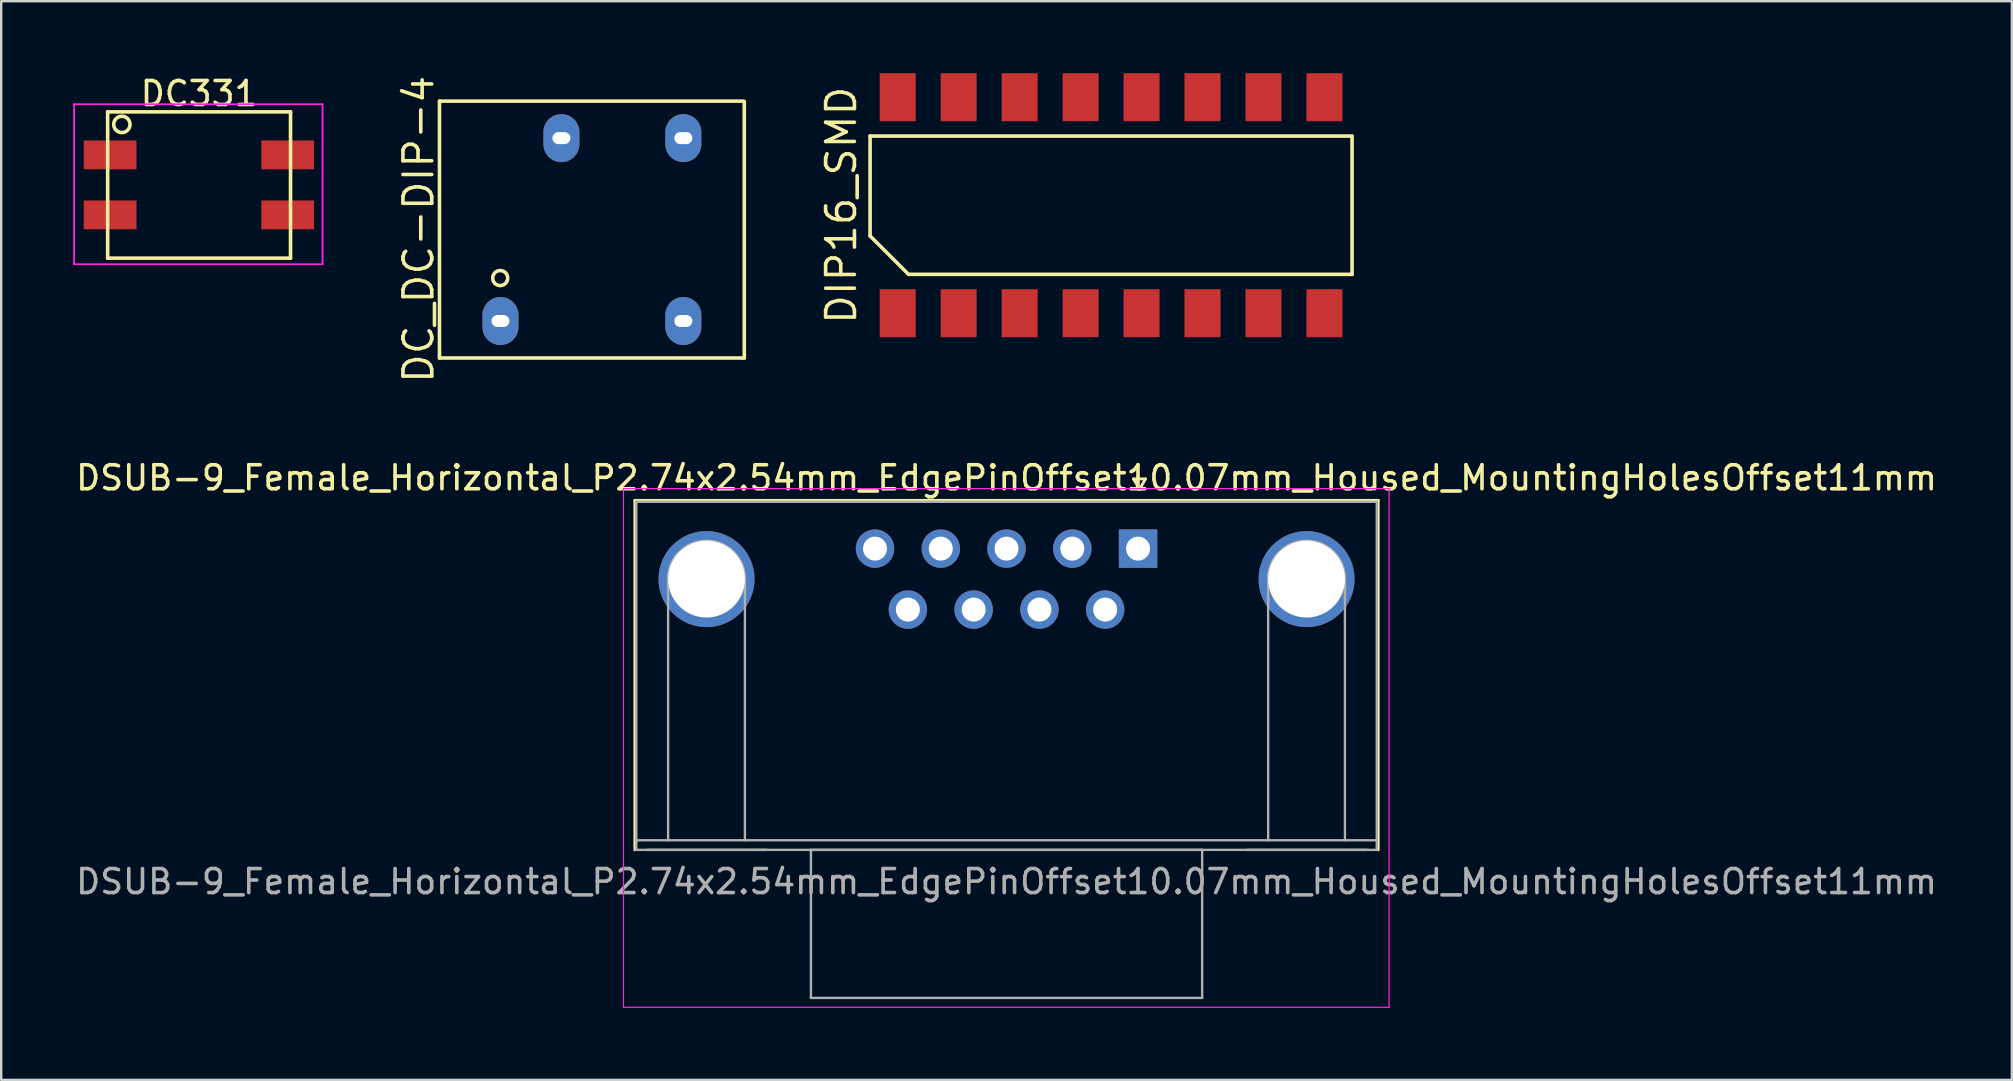
<source format=kicad_pcb>
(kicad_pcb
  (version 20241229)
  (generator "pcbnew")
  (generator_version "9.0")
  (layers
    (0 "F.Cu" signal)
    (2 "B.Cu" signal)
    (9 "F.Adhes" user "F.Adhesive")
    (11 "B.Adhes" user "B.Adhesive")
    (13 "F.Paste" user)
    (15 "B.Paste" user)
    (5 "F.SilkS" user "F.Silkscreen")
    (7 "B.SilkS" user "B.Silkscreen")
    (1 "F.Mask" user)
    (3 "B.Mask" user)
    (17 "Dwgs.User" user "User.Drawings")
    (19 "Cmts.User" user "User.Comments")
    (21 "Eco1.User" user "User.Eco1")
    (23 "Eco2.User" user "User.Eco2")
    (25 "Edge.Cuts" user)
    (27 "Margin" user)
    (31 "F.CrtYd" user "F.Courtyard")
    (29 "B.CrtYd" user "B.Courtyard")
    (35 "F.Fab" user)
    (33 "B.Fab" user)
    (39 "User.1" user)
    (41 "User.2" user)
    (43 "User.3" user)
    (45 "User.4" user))
  (footprint "DC_DC-DIP-4"
    (layer "F.Cu")
    (at 21.611 6.515)
    (property "Reference" "DC_DC-DIP-4" (at -7.22 -0.01 90) (layer "F.SilkS") (effects (font (size 1.2 1.2) (thickness 0.15))))
    (attr through_hole)
    (fp_line (start -6.35 5.351) (end -6.35 -5.35) (stroke (width 0.15) (type solid)) (layer "F.SilkS"))
    (fp_line (start -6.35 5.351) (end 6.351 5.351) (stroke (width 0.15) (type solid)) (layer "F.SilkS"))
    (fp_line (start 6.33 -5.35) (end -6.35 -5.35) (stroke (width 0.15) (type solid)) (layer "F.SilkS"))
    (fp_line (start 6.35 5.35) (end 6.35 -5.33) (stroke (width 0.15) (type solid)) (layer "F.SilkS"))
    (fp_circle (center -3.82 2.02) (end -3.78 2.33) (stroke (width 0.15) (type solid)) (fill no) (layer "F.SilkS"))
    (pad "1" thru_hole oval (at -3.81 3.81) (size 1.5 2) (drill oval 0.75 0.5) (layers "*.Cu" "*.Mask"))
    (pad "4" thru_hole oval (at 3.81 3.81) (size 1.5 2) (drill oval 0.75 0.5) (layers "*.Cu" "*.Mask"))
    (pad "5" thru_hole oval (at 3.81 -3.81) (size 1.5 2) (drill oval 0.75 0.5) (layers "*.Cu" "*.Mask"))
    (pad "7" thru_hole oval (at -1.27 -3.81) (size 1.5 2) (drill oval 0.75 0.5) (layers "*.Cu" "*.Mask")))
  (footprint "DSUB-9_Female_Horizontal_P2.74x2.54mm_EdgePinOffset10.07mm_Housed_MountingHolesOffset11mm"
    (layer "F.Cu")
    (at 38.887 32.418)
    (property "Reference" "DSUB-9_Female_Horizontal_P2.74x2.54mm_EdgePinOffset10.07mm_Housed_MountingHolesOffset11mm" (at 0 -15.56 0) (layer "F.SilkS") (effects (font (size 1 1) (thickness 0.15))))
    (attr through_hole)
    (fp_line (start -15.485 -14.62) (end 15.485 -14.62) (stroke (width 0.12) (type solid)) (layer "F.SilkS"))
    (fp_line (start -15.485 -0.06) (end -15.485 -14.62) (stroke (width 0.12) (type solid)) (layer "F.SilkS"))
    (fp_line (start 5.29 -15.514) (end 5.79 -15.514) (stroke (width 0.12) (type solid)) (layer "F.SilkS"))
    (fp_line (start 5.54 -15.081) (end 5.29 -15.514) (stroke (width 0.12) (type solid)) (layer "F.SilkS"))
    (fp_line (start 5.79 -15.514) (end 5.54 -15.081) (stroke (width 0.12) (type solid)) (layer "F.SilkS"))
    (fp_line (start 15.485 -14.62) (end 15.485 -0.06) (stroke (width 0.12) (type solid)) (layer "F.SilkS"))
    (fp_line (start -15.96 -15.11) (end -15.96 6.5) (stroke (width 0.05) (type solid)) (layer "F.CrtYd"))
    (fp_line (start -15.96 6.5) (end 15.94 6.5) (stroke (width 0.05) (type solid)) (layer "F.CrtYd"))
    (fp_line (start 15.94 -15.11) (end -15.96 -15.11) (stroke (width 0.05) (type solid)) (layer "F.CrtYd"))
    (fp_line (start 15.94 6.5) (end 15.94 -15.11) (stroke (width 0.05) (type solid)) (layer "F.CrtYd"))
    (fp_line (start -15.425 -14.56) (end -15.425 -0.46) (stroke (width 0.1) (type solid)) (layer "F.Fab"))
    (fp_line (start -15.425 -0.46) (end -15.425 -0.06) (stroke (width 0.1) (type solid)) (layer "F.Fab"))
    (fp_line (start -15.425 -0.46) (end 15.425 -0.46) (stroke (width 0.1) (type solid)) (layer "F.Fab"))
    (fp_line (start -15.425 -0.06) (end 15.425 -0.06) (stroke (width 0.1) (type solid)) (layer "F.Fab"))
    (fp_line (start -14.1 -0.46) (end -14.1 -11.34) (stroke (width 0.1) (type solid)) (layer "F.Fab"))
    (fp_line (start -10.9 -0.46) (end -10.9 -11.34) (stroke (width 0.1) (type solid)) (layer "F.Fab"))
    (fp_line (start -10 -0.06) (end -15 -0.06) (stroke (width 0.1) (type solid)) (layer "F.Fab"))
    (fp_line (start -8.15 -0.06) (end -8.15 6.11) (stroke (width 0.1) (type solid)) (layer "F.Fab"))
    (fp_line (start -8.15 6.11) (end 8.15 6.11) (stroke (width 0.1) (type solid)) (layer "F.Fab"))
    (fp_line (start 8.15 -0.06) (end -8.15 -0.06) (stroke (width 0.1) (type solid)) (layer "F.Fab"))
    (fp_line (start 8.15 6.11) (end 8.15 -0.06) (stroke (width 0.1) (type solid)) (layer "F.Fab"))
    (fp_line (start 10.9 -0.46) (end 10.9 -11.34) (stroke (width 0.1) (type solid)) (layer "F.Fab"))
    (fp_line (start 14.1 -0.46) (end 14.1 -11.34) (stroke (width 0.1) (type solid)) (layer "F.Fab"))
    (fp_line (start 15 -0.06) (end 10 -0.06) (stroke (width 0.1) (type solid)) (layer "F.Fab"))
    (fp_line (start 15.425 -14.56) (end -15.425 -14.56) (stroke (width 0.1) (type solid)) (layer "F.Fab"))
    (fp_line (start 15.425 -0.46) (end 15.425 -14.56) (stroke (width 0.1) (type solid)) (layer "F.Fab"))
    (fp_line (start 15.425 -0.06) (end 15.425 -0.46) (stroke (width 0.1) (type solid)) (layer "F.Fab"))
    (fp_arc (start -14.1 -11.34) (mid -12.5 -12.94) (end -10.9 -11.34) (stroke (width 0.1) (type solid)) (layer "F.Fab"))
    (fp_arc (start 10.9 -11.34) (mid 12.5 -12.94) (end 14.1 -11.34) (stroke (width 0.1) (type solid)) (layer "F.Fab"))
    (fp_text user "${REFERENCE}" (at 0 1.265 0) (layer "F.Fab") (effects (font (size 1 1) (thickness 0.15))))
    (pad "0" thru_hole circle (at -12.5 -11.34) (size 4 4) (drill 3.2) (layers "*.Cu" "*.Mask"))
    (pad "0" thru_hole circle (at 12.5 -11.34) (size 4 4) (drill 3.2) (layers "*.Cu" "*.Mask"))
    (pad "1" thru_hole rect (at 5.48 -12.61) (size 1.6 1.6) (drill 1) (layers "*.Cu" "*.Mask"))
    (pad "2" thru_hole circle (at 2.74 -12.61) (size 1.6 1.6) (drill 1) (layers "*.Cu" "*.Mask"))
    (pad "3" thru_hole circle (at 0 -12.61) (size 1.6 1.6) (drill 1) (layers "*.Cu" "*.Mask"))
    (pad "4" thru_hole circle (at -2.74 -12.61) (size 1.6 1.6) (drill 1) (layers "*.Cu" "*.Mask"))
    (pad "5" thru_hole circle (at -5.48 -12.61) (size 1.6 1.6) (drill 1) (layers "*.Cu" "*.Mask"))
    (pad "6" thru_hole circle (at 4.11 -10.07) (size 1.6 1.6) (drill 1) (layers "*.Cu" "*.Mask"))
    (pad "7" thru_hole circle (at 1.37 -10.07) (size 1.6 1.6) (drill 1) (layers "*.Cu" "*.Mask"))
    (pad "8" thru_hole circle (at -1.37 -10.07) (size 1.6 1.6) (drill 1) (layers "*.Cu" "*.Mask"))
    (pad "9" thru_hole circle (at -4.11 -10.07) (size 1.6 1.6) (drill 1) (layers "*.Cu" "*.Mask")))
  (footprint "DC331"
    (layer "F.Cu")
    (at 5.245 4.658)
    (property "Reference" "DC331" (at 0 -3.81 0) (layer "F.SilkS") (effects (font (size 1 1) (thickness 0.15))))
    (attr smd)
    (fp_line (start -3.81 -3.048) (end -3.81 3.048) (stroke (width 0.15) (type solid)) (layer "F.SilkS"))
    (fp_line (start -3.81 3.048) (end 3.81 3.048) (stroke (width 0.15) (type solid)) (layer "F.SilkS"))
    (fp_line (start 3.81 -3.048) (end -3.81 -3.048) (stroke (width 0.15) (type solid)) (layer "F.SilkS"))
    (fp_line (start 3.81 3.048) (end 3.81 -3.048) (stroke (width 0.15) (type solid)) (layer "F.SilkS"))
    (fp_circle (center -3.218 -2.525) (end -2.878 -2.532) (stroke (width 0.15) (type solid)) (fill no) (layer "F.SilkS"))
    (fp_line (start -5.207 -3.366) (end -5.207 3.302) (stroke (width 0.075) (type solid)) (layer "F.CrtYd"))
    (fp_line (start -5.207 3.302) (end 5.144 3.302) (stroke (width 0.075) (type solid)) (layer "F.CrtYd"))
    (fp_line (start 5.144 -3.365) (end -5.207 -3.365) (stroke (width 0.075) (type solid)) (layer "F.CrtYd"))
    (fp_line (start 5.144 3.302) (end 5.144 -3.365) (stroke (width 0.075) (type solid)) (layer "F.CrtYd"))
    (pad "1" smd rect (at -3.708 -1.255) (size 2.2 1.2) (layers "F.Cu" "F.Mask" "F.Paste"))
    (pad "2" smd rect (at -3.708 1.245) (size 2.2 1.2) (layers "F.Cu" "F.Mask" "F.Paste"))
    (pad "3" smd rect (at 3.692 1.245) (size 2.2 1.2) (layers "F.Cu" "F.Mask" "F.Paste"))
    (pad "4" smd rect (at 3.692 -1.255) (size 2.2 1.2) (layers "F.Cu" "F.Mask" "F.Paste")))
  (footprint "DIP16_SMD"
    (layer "F.Cu")
    (at 43.242 5.5)
    (property "Reference" "DIP16_SMD" (at -11.24 0 90) (layer "F.SilkS") (effects (font (size 1.2 1.2) (thickness 0.15))))
    (attr through_hole)
    (fp_line (start -10.04 -2.88) (end -10.04 1.28) (stroke (width 0.15) (type solid)) (layer "F.SilkS"))
    (fp_line (start -10.04 1.28) (end -8.441 2.879) (stroke (width 0.15) (type solid)) (layer "F.SilkS"))
    (fp_line (start -8.433 2.88) (end 10.04 2.88) (stroke (width 0.15) (type solid)) (layer "F.SilkS"))
    (fp_line (start 10.04 -2.88) (end -10.04 -2.88) (stroke (width 0.15) (type solid)) (layer "F.SilkS"))
    (fp_line (start 10.04 2.883) (end 10.04 -2.87) (stroke (width 0.15) (type solid)) (layer "F.SilkS"))
    (pad "1" smd rect (at -8.89 4.5) (size 1.5 2) (layers "F.Cu" "F.Mask" "F.Paste"))
    (pad "2" smd rect (at -6.35 4.5) (size 1.5 2) (layers "F.Cu" "F.Mask" "F.Paste"))
    (pad "3" smd rect (at -3.81 4.5) (size 1.5 2) (layers "F.Cu" "F.Mask" "F.Paste"))
    (pad "4" smd rect (at -1.27 4.5) (size 1.5 2) (layers "F.Cu" "F.Mask" "F.Paste"))
    (pad "5" smd rect (at 1.27 4.5) (size 1.5 2) (layers "F.Cu" "F.Mask" "F.Paste"))
    (pad "6" smd rect (at 3.81 4.5) (size 1.5 2) (layers "F.Cu" "F.Mask" "F.Paste"))
    (pad "7" smd rect (at 6.35 4.5) (size 1.5 2) (layers "F.Cu" "F.Mask" "F.Paste"))
    (pad "8" smd rect (at 8.89 4.5) (size 1.5 2) (layers "F.Cu" "F.Mask" "F.Paste"))
    (pad "9" smd rect (at 8.89 -4.5) (size 1.5 2) (layers "F.Cu" "F.Mask" "F.Paste"))
    (pad "10" smd rect (at 6.35 -4.5) (size 1.5 2) (layers "F.Cu" "F.Mask" "F.Paste"))
    (pad "11" smd rect (at 3.81 -4.5) (size 1.5 2) (layers "F.Cu" "F.Mask" "F.Paste"))
    (pad "12" smd rect (at 1.27 -4.5) (size 1.5 2) (layers "F.Cu" "F.Mask" "F.Paste"))
    (pad "13" smd rect (at -1.27 -4.5) (size 1.5 2) (layers "F.Cu" "F.Mask" "F.Paste"))
    (pad "14" smd rect (at -3.81 -4.5) (size 1.5 2) (layers "F.Cu" "F.Mask" "F.Paste"))
    (pad "15" smd rect (at -6.35 -4.5) (size 1.5 2) (layers "F.Cu" "F.Mask" "F.Paste"))
    (pad "16" smd rect (at -8.89 -4.5) (size 1.5 2) (layers "F.Cu" "F.Mask" "F.Paste")))
  (gr_rect
    (start -3 -3)
    (end 80.774 41.943)
    (stroke (width 0.1) (type default))
    (fill no)
    (layer "Edge.Cuts")))
</source>
